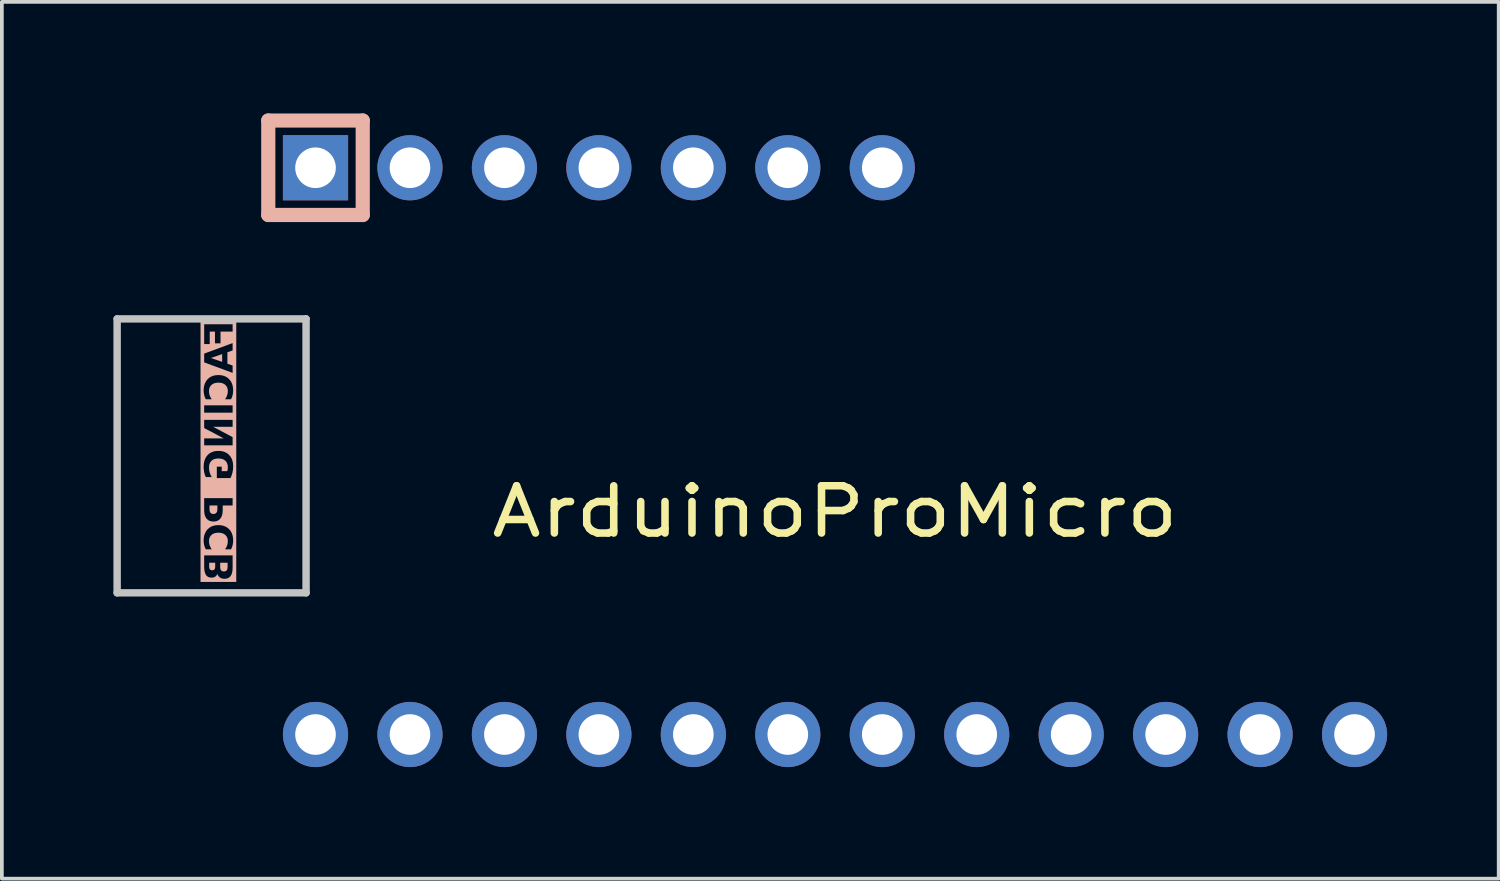
<source format=kicad_pcb>
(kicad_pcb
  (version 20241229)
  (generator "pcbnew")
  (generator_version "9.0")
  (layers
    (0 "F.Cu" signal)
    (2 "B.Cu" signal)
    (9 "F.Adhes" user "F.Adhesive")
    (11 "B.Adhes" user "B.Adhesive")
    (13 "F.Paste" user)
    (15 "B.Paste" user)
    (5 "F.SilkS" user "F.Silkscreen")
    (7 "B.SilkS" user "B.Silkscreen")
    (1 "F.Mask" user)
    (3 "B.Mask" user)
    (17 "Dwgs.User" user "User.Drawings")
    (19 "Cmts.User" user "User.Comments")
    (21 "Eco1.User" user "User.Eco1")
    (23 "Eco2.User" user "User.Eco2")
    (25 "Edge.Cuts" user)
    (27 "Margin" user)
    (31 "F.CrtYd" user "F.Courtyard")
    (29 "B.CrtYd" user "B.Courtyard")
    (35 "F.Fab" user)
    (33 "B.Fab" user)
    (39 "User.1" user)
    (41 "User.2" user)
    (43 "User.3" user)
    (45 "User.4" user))
  (footprint "ArduinoProMicro"
    (layer "F.Cu")
    (at 19.404 9.081)
    (property "Reference" "ArduinoProMicro" (at 0 1.625 180) (layer "F.SilkS") (effects (font (size 1.27 1.524) (thickness 0.203))))
    (attr through_hole)
    (fp_line (start -15.24 -6.35) (end -15.24 -8.89) (stroke (width 0.381) (type solid)) (layer "B.SilkS"))
    (fp_line (start -15.24 -6.35) (end -12.7 -6.35) (stroke (width 0.381) (type solid)) (layer "B.SilkS"))
    (fp_line (start -12.7 -8.89) (end -15.24 -8.89) (stroke (width 0.381) (type solid)) (layer "B.SilkS"))
    (fp_line (start -12.7 -6.35) (end -12.7 -8.89) (stroke (width 0.381) (type solid)) (layer "B.SilkS"))
    (fp_line (start -19.304 -3.556) (end -14.224 -3.556) (stroke (width 0.2) (type solid)) (layer "Dwgs.User"))
    (fp_line (start -19.304 3.81) (end -19.304 -3.556) (stroke (width 0.2) (type solid)) (layer "Dwgs.User"))
    (fp_line (start -14.224 -3.556) (end -14.224 3.81) (stroke (width 0.2) (type solid)) (layer "Dwgs.User"))
    (fp_line (start -14.224 3.81) (end -19.304 3.81) (stroke (width 0.2) (type solid)) (layer "Dwgs.User"))
    (fp_text user "FACING PCB" (at -16.51 0 90) (unlocked yes) (layer "B.SilkS" knockout) (effects (font (face "Roboto Black") (size 0.75 0.75) (thickness 0.125)) (justify mirror)))
    (pad "1" thru_hole circle (at -13.97 7.62) (size 1.753 1.753) (drill 1.092) (layers "*.Cu" "*.Mask"))
    (pad "2" thru_hole circle (at -11.43 7.62) (size 1.753 1.753) (drill 1.092) (layers "*.Cu" "*.Mask"))
    (pad "3" thru_hole circle (at -8.89 7.62) (size 1.753 1.753) (drill 1.092) (layers "*.Cu" "*.Mask"))
    (pad "4" thru_hole circle (at -6.35 7.62) (size 1.753 1.753) (drill 1.092) (layers "*.Cu" "*.Mask"))
    (pad "5" thru_hole circle (at -3.81 7.62) (size 1.753 1.753) (drill 1.092) (layers "*.Cu" "*.Mask"))
    (pad "6" thru_hole circle (at -1.27 7.62) (size 1.753 1.753) (drill 1.092) (layers "*.Cu" "*.Mask"))
    (pad "7" thru_hole circle (at 1.27 7.62) (size 1.753 1.753) (drill 1.092) (layers "*.Cu" "*.Mask"))
    (pad "8" thru_hole circle (at 3.81 7.62) (size 1.753 1.753) (drill 1.092) (layers "*.Cu" "*.Mask"))
    (pad "9" thru_hole circle (at 6.35 7.62) (size 1.753 1.753) (drill 1.092) (layers "*.Cu" "*.Mask"))
    (pad "10" thru_hole circle (at 8.89 7.62) (size 1.753 1.753) (drill 1.092) (layers "*.Cu" "*.Mask"))
    (pad "11" thru_hole circle (at 11.43 7.62) (size 1.753 1.753) (drill 1.092) (layers "*.Cu" "*.Mask"))
    (pad "12" thru_hole circle (at 13.97 7.62) (size 1.753 1.753) (drill 1.092) (layers "*.Cu" "*.Mask"))
    (pad "18" thru_hole circle (at 1.27 -7.62) (size 1.753 1.753) (drill 1.092) (layers "*.Cu" "*.Mask"))
    (pad "19" thru_hole circle (at -1.27 -7.62) (size 1.753 1.753) (drill 1.092) (layers "*.Cu" "*.Mask"))
    (pad "20" thru_hole circle (at -3.81 -7.62) (size 1.753 1.753) (drill 1.092) (layers "*.Cu" "*.Mask"))
    (pad "21" thru_hole circle (at -6.35 -7.62) (size 1.753 1.753) (drill 1.092) (layers "*.Cu" "*.Mask"))
    (pad "22" thru_hole circle (at -8.89 -7.62) (size 1.753 1.753) (drill 1.092) (layers "*.Cu" "*.Mask"))
    (pad "23" thru_hole circle (at -11.43 -7.62) (size 1.753 1.753) (drill 1.092) (layers "*.Cu" "*.Mask"))
    (pad "24" thru_hole rect (at -13.97 -7.62) (size 1.753 1.753) (drill 1.092) (layers "*.Cu" "*.Mask")))
  (gr_rect
    (start -3 -3)
    (end 37.25 20.577)
    (stroke (width 0.1) (type default))
    (fill no)
    (layer "Edge.Cuts")))
</source>
